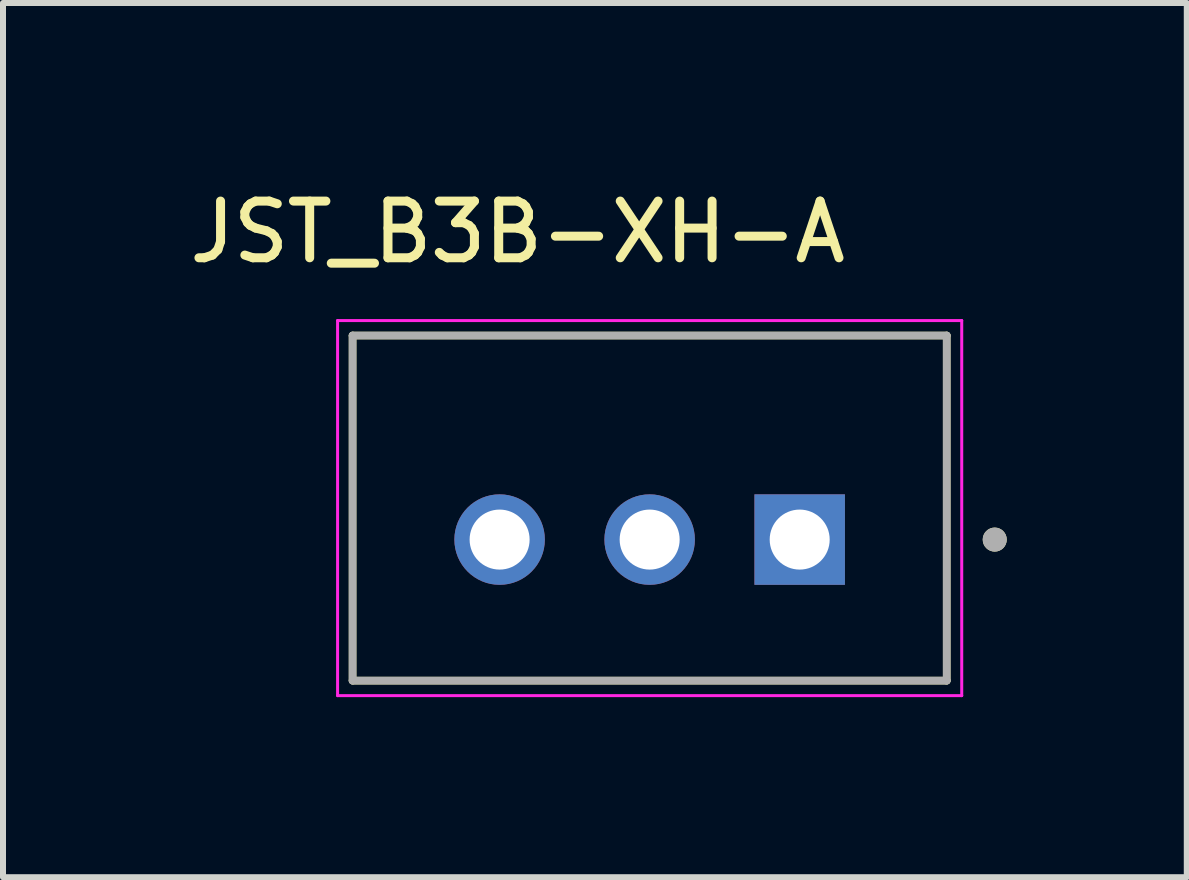
<source format=kicad_pcb>
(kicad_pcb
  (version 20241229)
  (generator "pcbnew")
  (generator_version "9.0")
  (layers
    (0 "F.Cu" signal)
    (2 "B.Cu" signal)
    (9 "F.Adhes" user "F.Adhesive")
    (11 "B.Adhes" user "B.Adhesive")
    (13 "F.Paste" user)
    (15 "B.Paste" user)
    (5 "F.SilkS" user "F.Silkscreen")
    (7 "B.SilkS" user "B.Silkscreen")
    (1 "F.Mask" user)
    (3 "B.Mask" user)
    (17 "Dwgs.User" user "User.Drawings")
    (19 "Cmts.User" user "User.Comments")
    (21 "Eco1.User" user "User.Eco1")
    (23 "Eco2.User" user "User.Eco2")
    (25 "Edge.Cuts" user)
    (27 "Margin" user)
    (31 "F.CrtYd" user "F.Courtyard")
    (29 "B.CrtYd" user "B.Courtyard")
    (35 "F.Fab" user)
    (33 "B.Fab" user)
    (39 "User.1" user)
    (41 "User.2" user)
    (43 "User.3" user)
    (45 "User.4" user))
  (footprint "JST_B3B-XH-A"
    (layer "F.Cu")
    (at 7.775 5.416)
    (property "Reference" "JST_B3B-XH-A" (at -2.2 -4.6 0) (layer "F.SilkS") (effects (font (size 0.945 0.945) (thickness 0.15))))
    (attr through_hole)
    (fp_line (start -4.95 -2.875) (end 4.95 -2.875) (stroke (width 0.127) (type solid)) (layer "F.SilkS"))
    (fp_line (start -4.95 2.875) (end -4.95 -2.875) (stroke (width 0.127) (type solid)) (layer "F.SilkS"))
    (fp_line (start 4.95 -2.875) (end 4.95 2.875) (stroke (width 0.127) (type solid)) (layer "F.SilkS"))
    (fp_line (start 4.95 2.875) (end -4.95 2.875) (stroke (width 0.127) (type solid)) (layer "F.SilkS"))
    (fp_circle (center 5.75 0.525) (end 5.85 0.525) (stroke (width 0.2) (type solid)) (fill no) (layer "F.SilkS"))
    (fp_line (start -5.2 -3.125) (end 5.2 -3.125) (stroke (width 0.05) (type solid)) (layer "F.CrtYd"))
    (fp_line (start -5.2 3.125) (end -5.2 -3.125) (stroke (width 0.05) (type solid)) (layer "F.CrtYd"))
    (fp_line (start 5.2 -3.125) (end 5.2 3.125) (stroke (width 0.05) (type solid)) (layer "F.CrtYd"))
    (fp_line (start 5.2 3.125) (end -5.2 3.125) (stroke (width 0.05) (type solid)) (layer "F.CrtYd"))
    (fp_line (start -4.95 -2.875) (end 4.95 -2.875) (stroke (width 0.127) (type solid)) (layer "F.Fab"))
    (fp_line (start -4.95 2.875) (end -4.95 -2.875) (stroke (width 0.127) (type solid)) (layer "F.Fab"))
    (fp_line (start 4.95 -2.875) (end 4.95 2.875) (stroke (width 0.127) (type solid)) (layer "F.Fab"))
    (fp_line (start 4.95 2.875) (end -4.95 2.875) (stroke (width 0.127) (type solid)) (layer "F.Fab"))
    (fp_circle (center 5.75 0.525) (end 5.85 0.525) (stroke (width 0.2) (type solid)) (fill no) (layer "F.Fab"))
    (pad "1" thru_hole rect (at 2.5 0.525) (size 1.508 1.508) (drill 1) (layers "*.Cu" "*.Mask"))
    (pad "2" thru_hole circle (at 0 0.525) (size 1.508 1.508) (drill 1) (layers "*.Cu" "*.Mask"))
    (pad "3" thru_hole circle (at -2.5 0.525) (size 1.508 1.508) (drill 1) (layers "*.Cu" "*.Mask")))
  (gr_rect
    (start -3 -3)
    (end 16.725 11.566)
    (stroke (width 0.1) (type default))
    (fill no)
    (layer "Edge.Cuts")))
</source>
